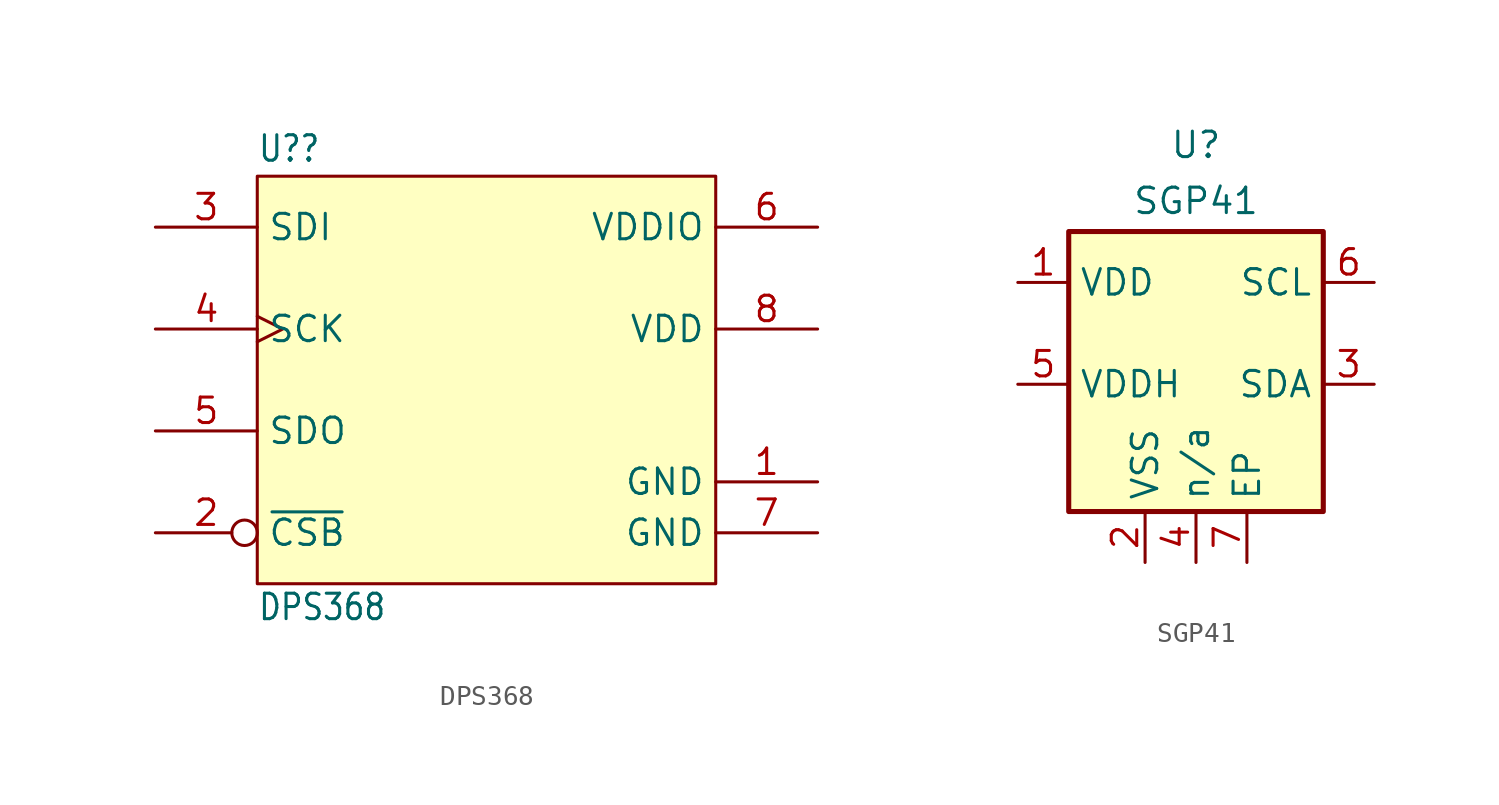
<source format=kicad_sym>
(kicad_symbol_lib
  (version 20231120)
  (generator "kicad_symbol_editor")
  (generator_version "8.0")
  (symbol "DPS368"
    (property "Reference" "U?"
      (at 0 0.635 0)
      (effects (font (size 1.27 1.079)) (justify left bottom)))
    (property "Value" "DPS368"
      (at 0 -22.225 0)
      (effects (font (size 1.27 1.079)) (justify left bottom)))
    (symbol "DPS368_1_0"
      (pin power_in line (at 27.94 -15.24 180) (length 5.08) (name "GND" (effects (font (size 1.27 1.27)))) (number "1" (effects (font (size 1.27 1.27)))))
      (pin input inverted (at -5.08 -17.78 0) (length 5.08) (name "~{CSB}" (effects (font (size 1.27 1.27)))) (number "2" (effects (font (size 1.27 1.27)))))
      (pin bidirectional line (at -5.08 -2.54 0) (length 5.08) (name "SDI" (effects (font (size 1.27 1.27)))) (number "3" (effects (font (size 1.27 1.27)))))
      (pin input clock (at -5.08 -7.62 0) (length 5.08) (name "SCK" (effects (font (size 1.27 1.27)))) (number "4" (effects (font (size 1.27 1.27)))))
      (pin output line (at -5.08 -12.7 0) (length 5.08) (name "SDO" (effects (font (size 1.27 1.27)))) (number "5" (effects (font (size 1.27 1.27)))))
      (pin power_in line (at 27.94 -2.54 180) (length 5.08) (name "VDDIO" (effects (font (size 1.27 1.27)))) (number "6" (effects (font (size 1.27 1.27)))))
      (pin power_in line (at 27.94 -17.78 180) (length 5.08) (name "GND" (effects (font (size 1.27 1.27)))) (number "7" (effects (font (size 1.27 1.27)))))
      (pin power_in line (at 27.94 -7.62 180) (length 5.08) (name "VDD" (effects (font (size 1.27 1.27)))) (number "8" (effects (font (size 1.27 1.27))))))
    (symbol "DPS368_1_1"
      (rectangle (start 0 0) (end 22.86 -20.32) (stroke (width 0) (type default)) (fill (type background)))))
  (symbol "SGP41"
    (property "Reference" "U"
      (at 0 10.668 0)
      (effects (font (size 1.27 1.27))))
    (property "Value" "SGP41"
      (at 0 7.874 0)
      (effects (font (size 1.27 1.27))))
    (symbol "SGP41_1_0"
      (pin passive line (at 0 -10.16 90) (length 2.54) (name "n/a" (effects (font (size 1.27 1.27)))) (number "4" (effects (font (size 1.27 1.27)))))
      (pin passive line (at 2.54 -10.16 90) (length 2.54) (name "EP" (effects (font (size 1.27 1.27)))) (number "7" (effects (font (size 1.27 1.27))))))
    (symbol "SGP41_1_1"
      (rectangle (start -6.35 6.35) (end 6.35 -7.62) (stroke (width 0.254) (type default)) (fill (type background)))
      (pin power_in line (at -8.89 3.81 0) (length 2.54) (name "VDD" (effects (font (size 1.27 1.27)))) (number "1" (effects (font (size 1.27 1.27)))))
      (pin power_in line (at -2.54 -10.16 90) (length 2.54) (name "VSS" (effects (font (size 1.27 1.27)))) (number "2" (effects (font (size 1.27 1.27)))))
      (pin bidirectional line (at 8.89 -1.27 180) (length 2.54) (name "SDA" (effects (font (size 1.27 1.27)))) (number "3" (effects (font (size 1.27 1.27)))))
      (pin power_in line (at -8.89 -1.27 0) (length 2.54) (name "VDDH" (effects (font (size 1.27 1.27)))) (number "5" (effects (font (size 1.27 1.27)))))
      (pin input line (at 8.89 3.81 180) (length 2.54) (name "SCL" (effects (font (size 1.27 1.27)))) (number "6" (effects (font (size 1.27 1.27))))))))
</source>
